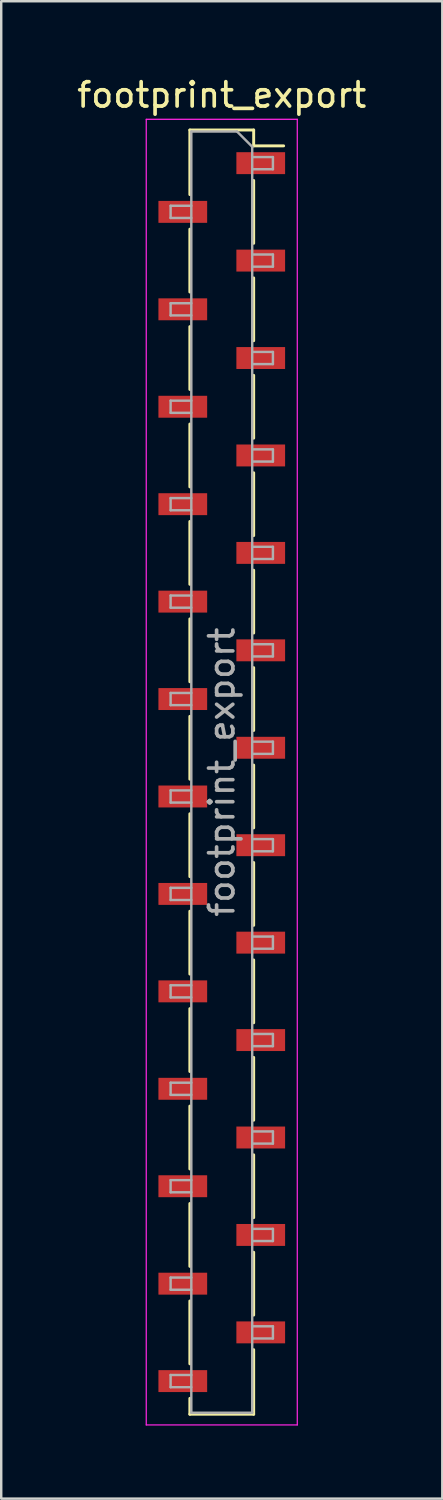
<source format=kicad_pcb>
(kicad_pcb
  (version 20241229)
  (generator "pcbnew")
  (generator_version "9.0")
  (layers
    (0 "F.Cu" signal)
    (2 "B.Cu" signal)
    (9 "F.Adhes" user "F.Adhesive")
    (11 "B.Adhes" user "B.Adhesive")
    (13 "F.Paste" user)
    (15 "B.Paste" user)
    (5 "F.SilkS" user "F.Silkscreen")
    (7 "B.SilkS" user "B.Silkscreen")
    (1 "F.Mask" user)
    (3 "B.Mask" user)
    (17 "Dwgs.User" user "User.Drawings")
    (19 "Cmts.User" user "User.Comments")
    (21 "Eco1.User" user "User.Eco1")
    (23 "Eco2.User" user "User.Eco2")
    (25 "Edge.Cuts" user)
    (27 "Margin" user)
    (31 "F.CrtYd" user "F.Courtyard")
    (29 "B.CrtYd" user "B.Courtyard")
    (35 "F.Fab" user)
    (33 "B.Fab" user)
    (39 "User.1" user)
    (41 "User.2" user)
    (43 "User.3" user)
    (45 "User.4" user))
  (footprint "footprint_export"
    (layer "F.Cu")
    (at 6.054 28.648)
    (property "Reference" "footprint_export" (at 0 -27.8 0) (layer "F.SilkS") (effects (font (size 1 1) (thickness 0.15))))
    (attr smd)
    (fp_line (start -1.31 -26.36) (end -1.31 -23.71) (stroke (width 0.12) (type solid)) (layer "F.SilkS"))
    (fp_line (start -1.31 -26.36) (end 1.31 -26.36) (stroke (width 0.12) (type solid)) (layer "F.SilkS"))
    (fp_line (start -1.31 -22.29) (end -1.31 -19.71) (stroke (width 0.12) (type solid)) (layer "F.SilkS"))
    (fp_line (start -1.31 -18.29) (end -1.31 -15.71) (stroke (width 0.12) (type solid)) (layer "F.SilkS"))
    (fp_line (start -1.31 -14.29) (end -1.31 -11.71) (stroke (width 0.12) (type solid)) (layer "F.SilkS"))
    (fp_line (start -1.31 -10.29) (end -1.31 -7.71) (stroke (width 0.12) (type solid)) (layer "F.SilkS"))
    (fp_line (start -1.31 -6.29) (end -1.31 -3.71) (stroke (width 0.12) (type solid)) (layer "F.SilkS"))
    (fp_line (start -1.31 -2.29) (end -1.31 0.29) (stroke (width 0.12) (type solid)) (layer "F.SilkS"))
    (fp_line (start -1.31 1.71) (end -1.31 4.29) (stroke (width 0.12) (type solid)) (layer "F.SilkS"))
    (fp_line (start -1.31 5.71) (end -1.31 8.29) (stroke (width 0.12) (type solid)) (layer "F.SilkS"))
    (fp_line (start -1.31 9.71) (end -1.31 12.29) (stroke (width 0.12) (type solid)) (layer "F.SilkS"))
    (fp_line (start -1.31 13.71) (end -1.31 16.29) (stroke (width 0.12) (type solid)) (layer "F.SilkS"))
    (fp_line (start -1.31 17.71) (end -1.31 20.29) (stroke (width 0.12) (type solid)) (layer "F.SilkS"))
    (fp_line (start -1.31 21.71) (end -1.31 24.29) (stroke (width 0.12) (type solid)) (layer "F.SilkS"))
    (fp_line (start -1.31 25.71) (end -1.31 26.36) (stroke (width 0.12) (type solid)) (layer "F.SilkS"))
    (fp_line (start -1.31 26.36) (end 1.31 26.36) (stroke (width 0.12) (type solid)) (layer "F.SilkS"))
    (fp_line (start 1.31 -26.36) (end 1.31 -25.71) (stroke (width 0.12) (type solid)) (layer "F.SilkS"))
    (fp_line (start 1.31 -25.71) (end 2.54 -25.71) (stroke (width 0.12) (type solid)) (layer "F.SilkS"))
    (fp_line (start 1.31 -24.29) (end 1.31 -21.71) (stroke (width 0.12) (type solid)) (layer "F.SilkS"))
    (fp_line (start 1.31 -20.29) (end 1.31 -17.71) (stroke (width 0.12) (type solid)) (layer "F.SilkS"))
    (fp_line (start 1.31 -16.29) (end 1.31 -13.71) (stroke (width 0.12) (type solid)) (layer "F.SilkS"))
    (fp_line (start 1.31 -12.29) (end 1.31 -9.71) (stroke (width 0.12) (type solid)) (layer "F.SilkS"))
    (fp_line (start 1.31 -8.29) (end 1.31 -5.71) (stroke (width 0.12) (type solid)) (layer "F.SilkS"))
    (fp_line (start 1.31 -4.29) (end 1.31 -1.71) (stroke (width 0.12) (type solid)) (layer "F.SilkS"))
    (fp_line (start 1.31 -0.29) (end 1.31 2.29) (stroke (width 0.12) (type solid)) (layer "F.SilkS"))
    (fp_line (start 1.31 3.71) (end 1.31 6.29) (stroke (width 0.12) (type solid)) (layer "F.SilkS"))
    (fp_line (start 1.31 7.71) (end 1.31 10.29) (stroke (width 0.12) (type solid)) (layer "F.SilkS"))
    (fp_line (start 1.31 11.71) (end 1.31 14.29) (stroke (width 0.12) (type solid)) (layer "F.SilkS"))
    (fp_line (start 1.31 15.71) (end 1.31 18.29) (stroke (width 0.12) (type solid)) (layer "F.SilkS"))
    (fp_line (start 1.31 19.71) (end 1.31 22.29) (stroke (width 0.12) (type solid)) (layer "F.SilkS"))
    (fp_line (start 1.31 23.71) (end 1.31 26.36) (stroke (width 0.12) (type solid)) (layer "F.SilkS"))
    (fp_line (start -3.1 -26.8) (end 3.1 -26.8) (stroke (width 0.05) (type solid)) (layer "F.CrtYd"))
    (fp_line (start -3.1 26.8) (end -3.1 -26.8) (stroke (width 0.05) (type solid)) (layer "F.CrtYd"))
    (fp_line (start 3.1 -26.8) (end 3.1 26.8) (stroke (width 0.05) (type solid)) (layer "F.CrtYd"))
    (fp_line (start 3.1 26.8) (end -3.1 26.8) (stroke (width 0.05) (type solid)) (layer "F.CrtYd"))
    (fp_line (start -2.1 -23.25) (end -1.25 -23.25) (stroke (width 0.1) (type solid)) (layer "F.Fab"))
    (fp_line (start -2.1 -22.75) (end -2.1 -23.25) (stroke (width 0.1) (type solid)) (layer "F.Fab"))
    (fp_line (start -2.1 -19.25) (end -1.25 -19.25) (stroke (width 0.1) (type solid)) (layer "F.Fab"))
    (fp_line (start -2.1 -18.75) (end -2.1 -19.25) (stroke (width 0.1) (type solid)) (layer "F.Fab"))
    (fp_line (start -2.1 -15.25) (end -1.25 -15.25) (stroke (width 0.1) (type solid)) (layer "F.Fab"))
    (fp_line (start -2.1 -14.75) (end -2.1 -15.25) (stroke (width 0.1) (type solid)) (layer "F.Fab"))
    (fp_line (start -2.1 -11.25) (end -1.25 -11.25) (stroke (width 0.1) (type solid)) (layer "F.Fab"))
    (fp_line (start -2.1 -10.75) (end -2.1 -11.25) (stroke (width 0.1) (type solid)) (layer "F.Fab"))
    (fp_line (start -2.1 -7.25) (end -1.25 -7.25) (stroke (width 0.1) (type solid)) (layer "F.Fab"))
    (fp_line (start -2.1 -6.75) (end -2.1 -7.25) (stroke (width 0.1) (type solid)) (layer "F.Fab"))
    (fp_line (start -2.1 -3.25) (end -1.25 -3.25) (stroke (width 0.1) (type solid)) (layer "F.Fab"))
    (fp_line (start -2.1 -2.75) (end -2.1 -3.25) (stroke (width 0.1) (type solid)) (layer "F.Fab"))
    (fp_line (start -2.1 0.75) (end -1.25 0.75) (stroke (width 0.1) (type solid)) (layer "F.Fab"))
    (fp_line (start -2.1 1.25) (end -2.1 0.75) (stroke (width 0.1) (type solid)) (layer "F.Fab"))
    (fp_line (start -2.1 4.75) (end -1.25 4.75) (stroke (width 0.1) (type solid)) (layer "F.Fab"))
    (fp_line (start -2.1 5.25) (end -2.1 4.75) (stroke (width 0.1) (type solid)) (layer "F.Fab"))
    (fp_line (start -2.1 8.75) (end -1.25 8.75) (stroke (width 0.1) (type solid)) (layer "F.Fab"))
    (fp_line (start -2.1 9.25) (end -2.1 8.75) (stroke (width 0.1) (type solid)) (layer "F.Fab"))
    (fp_line (start -2.1 12.75) (end -1.25 12.75) (stroke (width 0.1) (type solid)) (layer "F.Fab"))
    (fp_line (start -2.1 13.25) (end -2.1 12.75) (stroke (width 0.1) (type solid)) (layer "F.Fab"))
    (fp_line (start -2.1 16.75) (end -1.25 16.75) (stroke (width 0.1) (type solid)) (layer "F.Fab"))
    (fp_line (start -2.1 17.25) (end -2.1 16.75) (stroke (width 0.1) (type solid)) (layer "F.Fab"))
    (fp_line (start -2.1 20.75) (end -1.25 20.75) (stroke (width 0.1) (type solid)) (layer "F.Fab"))
    (fp_line (start -2.1 21.25) (end -2.1 20.75) (stroke (width 0.1) (type solid)) (layer "F.Fab"))
    (fp_line (start -2.1 24.75) (end -1.25 24.75) (stroke (width 0.1) (type solid)) (layer "F.Fab"))
    (fp_line (start -2.1 25.25) (end -2.1 24.75) (stroke (width 0.1) (type solid)) (layer "F.Fab"))
    (fp_line (start -1.25 -26.3) (end 0.625 -26.3) (stroke (width 0.1) (type solid)) (layer "F.Fab"))
    (fp_line (start -1.25 -22.75) (end -2.1 -22.75) (stroke (width 0.1) (type solid)) (layer "F.Fab"))
    (fp_line (start -1.25 -18.75) (end -2.1 -18.75) (stroke (width 0.1) (type solid)) (layer "F.Fab"))
    (fp_line (start -1.25 -14.75) (end -2.1 -14.75) (stroke (width 0.1) (type solid)) (layer "F.Fab"))
    (fp_line (start -1.25 -10.75) (end -2.1 -10.75) (stroke (width 0.1) (type solid)) (layer "F.Fab"))
    (fp_line (start -1.25 -6.75) (end -2.1 -6.75) (stroke (width 0.1) (type solid)) (layer "F.Fab"))
    (fp_line (start -1.25 -2.75) (end -2.1 -2.75) (stroke (width 0.1) (type solid)) (layer "F.Fab"))
    (fp_line (start -1.25 1.25) (end -2.1 1.25) (stroke (width 0.1) (type solid)) (layer "F.Fab"))
    (fp_line (start -1.25 5.25) (end -2.1 5.25) (stroke (width 0.1) (type solid)) (layer "F.Fab"))
    (fp_line (start -1.25 9.25) (end -2.1 9.25) (stroke (width 0.1) (type solid)) (layer "F.Fab"))
    (fp_line (start -1.25 13.25) (end -2.1 13.25) (stroke (width 0.1) (type solid)) (layer "F.Fab"))
    (fp_line (start -1.25 17.25) (end -2.1 17.25) (stroke (width 0.1) (type solid)) (layer "F.Fab"))
    (fp_line (start -1.25 21.25) (end -2.1 21.25) (stroke (width 0.1) (type solid)) (layer "F.Fab"))
    (fp_line (start -1.25 25.25) (end -2.1 25.25) (stroke (width 0.1) (type solid)) (layer "F.Fab"))
    (fp_line (start -1.25 26.3) (end -1.25 -26.3) (stroke (width 0.1) (type solid)) (layer "F.Fab"))
    (fp_line (start 0.625 -26.3) (end 1.25 -25.675) (stroke (width 0.1) (type solid)) (layer "F.Fab"))
    (fp_line (start 1.25 -25.675) (end 1.25 26.3) (stroke (width 0.1) (type solid)) (layer "F.Fab"))
    (fp_line (start 1.25 -25.25) (end 2.1 -25.25) (stroke (width 0.1) (type solid)) (layer "F.Fab"))
    (fp_line (start 1.25 -21.25) (end 2.1 -21.25) (stroke (width 0.1) (type solid)) (layer "F.Fab"))
    (fp_line (start 1.25 -17.25) (end 2.1 -17.25) (stroke (width 0.1) (type solid)) (layer "F.Fab"))
    (fp_line (start 1.25 -13.25) (end 2.1 -13.25) (stroke (width 0.1) (type solid)) (layer "F.Fab"))
    (fp_line (start 1.25 -9.25) (end 2.1 -9.25) (stroke (width 0.1) (type solid)) (layer "F.Fab"))
    (fp_line (start 1.25 -5.25) (end 2.1 -5.25) (stroke (width 0.1) (type solid)) (layer "F.Fab"))
    (fp_line (start 1.25 -1.25) (end 2.1 -1.25) (stroke (width 0.1) (type solid)) (layer "F.Fab"))
    (fp_line (start 1.25 2.75) (end 2.1 2.75) (stroke (width 0.1) (type solid)) (layer "F.Fab"))
    (fp_line (start 1.25 6.75) (end 2.1 6.75) (stroke (width 0.1) (type solid)) (layer "F.Fab"))
    (fp_line (start 1.25 10.75) (end 2.1 10.75) (stroke (width 0.1) (type solid)) (layer "F.Fab"))
    (fp_line (start 1.25 14.75) (end 2.1 14.75) (stroke (width 0.1) (type solid)) (layer "F.Fab"))
    (fp_line (start 1.25 18.75) (end 2.1 18.75) (stroke (width 0.1) (type solid)) (layer "F.Fab"))
    (fp_line (start 1.25 22.75) (end 2.1 22.75) (stroke (width 0.1) (type solid)) (layer "F.Fab"))
    (fp_line (start 1.25 26.3) (end -1.25 26.3) (stroke (width 0.1) (type solid)) (layer "F.Fab"))
    (fp_line (start 2.1 -25.25) (end 2.1 -24.75) (stroke (width 0.1) (type solid)) (layer "F.Fab"))
    (fp_line (start 2.1 -24.75) (end 1.25 -24.75) (stroke (width 0.1) (type solid)) (layer "F.Fab"))
    (fp_line (start 2.1 -21.25) (end 2.1 -20.75) (stroke (width 0.1) (type solid)) (layer "F.Fab"))
    (fp_line (start 2.1 -20.75) (end 1.25 -20.75) (stroke (width 0.1) (type solid)) (layer "F.Fab"))
    (fp_line (start 2.1 -17.25) (end 2.1 -16.75) (stroke (width 0.1) (type solid)) (layer "F.Fab"))
    (fp_line (start 2.1 -16.75) (end 1.25 -16.75) (stroke (width 0.1) (type solid)) (layer "F.Fab"))
    (fp_line (start 2.1 -13.25) (end 2.1 -12.75) (stroke (width 0.1) (type solid)) (layer "F.Fab"))
    (fp_line (start 2.1 -12.75) (end 1.25 -12.75) (stroke (width 0.1) (type solid)) (layer "F.Fab"))
    (fp_line (start 2.1 -9.25) (end 2.1 -8.75) (stroke (width 0.1) (type solid)) (layer "F.Fab"))
    (fp_line (start 2.1 -8.75) (end 1.25 -8.75) (stroke (width 0.1) (type solid)) (layer "F.Fab"))
    (fp_line (start 2.1 -5.25) (end 2.1 -4.75) (stroke (width 0.1) (type solid)) (layer "F.Fab"))
    (fp_line (start 2.1 -4.75) (end 1.25 -4.75) (stroke (width 0.1) (type solid)) (layer "F.Fab"))
    (fp_line (start 2.1 -1.25) (end 2.1 -0.75) (stroke (width 0.1) (type solid)) (layer "F.Fab"))
    (fp_line (start 2.1 -0.75) (end 1.25 -0.75) (stroke (width 0.1) (type solid)) (layer "F.Fab"))
    (fp_line (start 2.1 2.75) (end 2.1 3.25) (stroke (width 0.1) (type solid)) (layer "F.Fab"))
    (fp_line (start 2.1 3.25) (end 1.25 3.25) (stroke (width 0.1) (type solid)) (layer "F.Fab"))
    (fp_line (start 2.1 6.75) (end 2.1 7.25) (stroke (width 0.1) (type solid)) (layer "F.Fab"))
    (fp_line (start 2.1 7.25) (end 1.25 7.25) (stroke (width 0.1) (type solid)) (layer "F.Fab"))
    (fp_line (start 2.1 10.75) (end 2.1 11.25) (stroke (width 0.1) (type solid)) (layer "F.Fab"))
    (fp_line (start 2.1 11.25) (end 1.25 11.25) (stroke (width 0.1) (type solid)) (layer "F.Fab"))
    (fp_line (start 2.1 14.75) (end 2.1 15.25) (stroke (width 0.1) (type solid)) (layer "F.Fab"))
    (fp_line (start 2.1 15.25) (end 1.25 15.25) (stroke (width 0.1) (type solid)) (layer "F.Fab"))
    (fp_line (start 2.1 18.75) (end 2.1 19.25) (stroke (width 0.1) (type solid)) (layer "F.Fab"))
    (fp_line (start 2.1 19.25) (end 1.25 19.25) (stroke (width 0.1) (type solid)) (layer "F.Fab"))
    (fp_line (start 2.1 22.75) (end 2.1 23.25) (stroke (width 0.1) (type solid)) (layer "F.Fab"))
    (fp_line (start 2.1 23.25) (end 1.25 23.25) (stroke (width 0.1) (type solid)) (layer "F.Fab"))
    (fp_text user "${REFERENCE}" (at 0 0 90) (layer "F.Fab") (effects (font (size 1 1) (thickness 0.15))))
    (pad "1" smd rect (at 1.6 -25) (size 2 0.9) (layers "F.Cu" "F.Mask" "F.Paste"))
    (pad "2" smd rect (at -1.6 -23) (size 2 0.9) (layers "F.Cu" "F.Mask" "F.Paste"))
    (pad "3" smd rect (at 1.6 -21) (size 2 0.9) (layers "F.Cu" "F.Mask" "F.Paste"))
    (pad "4" smd rect (at -1.6 -19) (size 2 0.9) (layers "F.Cu" "F.Mask" "F.Paste"))
    (pad "5" smd rect (at 1.6 -17) (size 2 0.9) (layers "F.Cu" "F.Mask" "F.Paste"))
    (pad "6" smd rect (at -1.6 -15) (size 2 0.9) (layers "F.Cu" "F.Mask" "F.Paste"))
    (pad "7" smd rect (at 1.6 -13) (size 2 0.9) (layers "F.Cu" "F.Mask" "F.Paste"))
    (pad "8" smd rect (at -1.6 -11) (size 2 0.9) (layers "F.Cu" "F.Mask" "F.Paste"))
    (pad "9" smd rect (at 1.6 -9) (size 2 0.9) (layers "F.Cu" "F.Mask" "F.Paste"))
    (pad "10" smd rect (at -1.6 -7) (size 2 0.9) (layers "F.Cu" "F.Mask" "F.Paste"))
    (pad "11" smd rect (at 1.6 -5) (size 2 0.9) (layers "F.Cu" "F.Mask" "F.Paste"))
    (pad "12" smd rect (at -1.6 -3) (size 2 0.9) (layers "F.Cu" "F.Mask" "F.Paste"))
    (pad "13" smd rect (at 1.6 -1) (size 2 0.9) (layers "F.Cu" "F.Mask" "F.Paste"))
    (pad "14" smd rect (at -1.6 1) (size 2 0.9) (layers "F.Cu" "F.Mask" "F.Paste"))
    (pad "15" smd rect (at 1.6 3) (size 2 0.9) (layers "F.Cu" "F.Mask" "F.Paste"))
    (pad "16" smd rect (at -1.6 5) (size 2 0.9) (layers "F.Cu" "F.Mask" "F.Paste"))
    (pad "17" smd rect (at 1.6 7) (size 2 0.9) (layers "F.Cu" "F.Mask" "F.Paste"))
    (pad "18" smd rect (at -1.6 9) (size 2 0.9) (layers "F.Cu" "F.Mask" "F.Paste"))
    (pad "19" smd rect (at 1.6 11) (size 2 0.9) (layers "F.Cu" "F.Mask" "F.Paste"))
    (pad "20" smd rect (at -1.6 13) (size 2 0.9) (layers "F.Cu" "F.Mask" "F.Paste"))
    (pad "21" smd rect (at 1.6 15) (size 2 0.9) (layers "F.Cu" "F.Mask" "F.Paste"))
    (pad "22" smd rect (at -1.6 17) (size 2 0.9) (layers "F.Cu" "F.Mask" "F.Paste"))
    (pad "23" smd rect (at 1.6 19) (size 2 0.9) (layers "F.Cu" "F.Mask" "F.Paste"))
    (pad "24" smd rect (at -1.6 21) (size 2 0.9) (layers "F.Cu" "F.Mask" "F.Paste"))
    (pad "25" smd rect (at 1.6 23) (size 2 0.9) (layers "F.Cu" "F.Mask" "F.Paste"))
    (pad "26" smd rect (at -1.6 25) (size 2 0.9) (layers "F.Cu" "F.Mask" "F.Paste")))
  (gr_rect
    (start -3 -3)
    (end 15.107 58.473)
    (stroke (width 0.1) (type default))
    (fill no)
    (layer "Edge.Cuts")))
</source>
